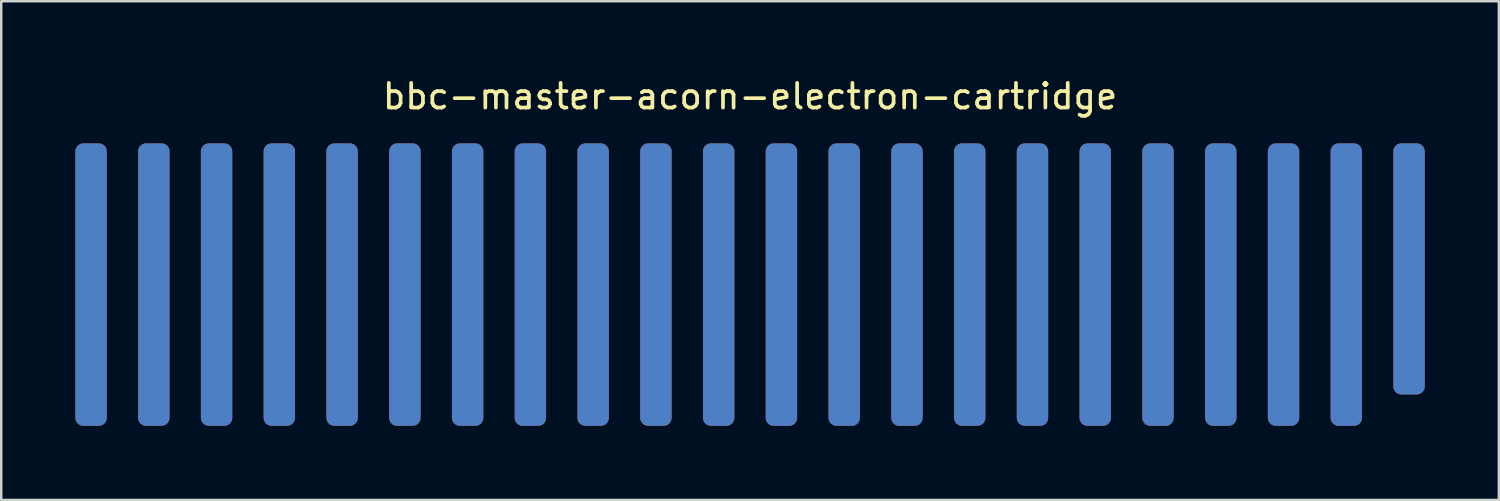
<source format=kicad_pcb>
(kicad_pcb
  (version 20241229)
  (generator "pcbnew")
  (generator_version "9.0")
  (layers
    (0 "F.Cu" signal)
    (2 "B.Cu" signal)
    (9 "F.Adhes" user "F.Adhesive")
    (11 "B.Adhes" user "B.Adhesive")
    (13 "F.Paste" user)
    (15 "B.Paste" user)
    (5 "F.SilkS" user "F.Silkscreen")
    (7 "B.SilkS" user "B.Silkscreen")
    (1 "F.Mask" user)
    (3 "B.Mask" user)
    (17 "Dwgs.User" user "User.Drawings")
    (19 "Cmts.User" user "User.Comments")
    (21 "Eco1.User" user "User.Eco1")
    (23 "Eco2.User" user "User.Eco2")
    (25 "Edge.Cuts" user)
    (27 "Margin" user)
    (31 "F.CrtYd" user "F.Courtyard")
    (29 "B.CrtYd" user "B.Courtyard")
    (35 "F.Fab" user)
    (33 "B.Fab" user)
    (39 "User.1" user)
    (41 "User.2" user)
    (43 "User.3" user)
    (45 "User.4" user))
  (footprint "bbc-master-acorn-electron-cartridge"
    (layer "F.Cu")
    (at 27.305 2.436)
    (property "Reference" "bbc-master-acorn-electron-cartridge" (at 0 -1.587 0) (layer "F.SilkS") (effects (font (size 1 1) (thickness 0.15))))
    (attr through_hole)
    (pad "a1" connect roundrect (at 26.67 5.397) (size 1.27 10.16) (layers "B.Cu" "B.Mask") (roundrect_rratio 0.25))
    (pad "a2" connect roundrect (at 24.13 6.032) (size 1.27 11.43) (layers "B.Cu" "B.Mask") (roundrect_rratio 0.25))
    (pad "a3" connect roundrect (at 21.59 6.032) (size 1.27 11.43) (layers "B.Cu" "B.Mask") (roundrect_rratio 0.25))
    (pad "a4" connect roundrect (at 19.05 6.032) (size 1.27 11.43) (layers "B.Cu" "B.Mask") (roundrect_rratio 0.25))
    (pad "a5" connect roundrect (at 16.51 6.032) (size 1.27 11.43) (layers "B.Cu" "B.Mask") (roundrect_rratio 0.25))
    (pad "a6" connect roundrect (at 13.97 6.032) (size 1.27 11.43) (layers "B.Cu" "B.Mask") (roundrect_rratio 0.25))
    (pad "a7" connect roundrect (at 11.43 6.032) (size 1.27 11.43) (layers "B.Cu" "B.Mask") (roundrect_rratio 0.25))
    (pad "a8" connect roundrect (at 8.89 6.032) (size 1.27 11.43) (layers "B.Cu" "B.Mask") (roundrect_rratio 0.25))
    (pad "a9" connect roundrect (at 6.35 6.032) (size 1.27 11.43) (layers "B.Cu" "B.Mask") (roundrect_rratio 0.25))
    (pad "a10" connect roundrect (at 3.81 6.032) (size 1.27 11.43) (layers "B.Cu" "B.Mask") (roundrect_rratio 0.25))
    (pad "a11" connect roundrect (at 1.27 6.032) (size 1.27 11.43) (layers "B.Cu" "B.Mask") (roundrect_rratio 0.25))
    (pad "a12" connect roundrect (at -1.27 6.032) (size 1.27 11.43) (layers "B.Cu" "B.Mask") (roundrect_rratio 0.25))
    (pad "a13" connect roundrect (at -3.81 6.032) (size 1.27 11.43) (layers "B.Cu" "B.Mask") (roundrect_rratio 0.25))
    (pad "a14" connect roundrect (at -6.35 6.032) (size 1.27 11.43) (layers "B.Cu" "B.Mask") (roundrect_rratio 0.25))
    (pad "a15" connect roundrect (at -8.89 6.032) (size 1.27 11.43) (layers "B.Cu" "B.Mask") (roundrect_rratio 0.25))
    (pad "a16" connect roundrect (at -11.43 6.032) (size 1.27 11.43) (layers "B.Cu" "B.Mask") (roundrect_rratio 0.25))
    (pad "a17" connect roundrect (at -13.97 6.032) (size 1.27 11.43) (layers "B.Cu" "B.Mask") (roundrect_rratio 0.25))
    (pad "a18" connect roundrect (at -16.51 6.032) (size 1.27 11.43) (layers "B.Cu" "B.Mask") (roundrect_rratio 0.25))
    (pad "a19" connect roundrect (at -19.05 6.032) (size 1.27 11.43) (layers "B.Cu" "B.Mask") (roundrect_rratio 0.25))
    (pad "a20" connect roundrect (at -21.59 6.032) (size 1.27 11.43) (layers "B.Cu" "B.Mask") (roundrect_rratio 0.25))
    (pad "a21" connect roundrect (at -24.13 6.032) (size 1.27 11.43) (layers "B.Cu" "B.Mask") (roundrect_rratio 0.25))
    (pad "a22" connect roundrect (at -26.67 6.032) (size 1.27 11.43) (layers "B.Cu" "B.Mask") (roundrect_rratio 0.25))
    (pad "b1" connect roundrect (at 26.67 5.397) (size 1.27 10.16) (layers "F.Cu" "F.Mask") (roundrect_rratio 0.25))
    (pad "b2" connect roundrect (at 24.13 6.032) (size 1.27 11.43) (layers "F.Cu" "F.Mask") (roundrect_rratio 0.25))
    (pad "b3" connect roundrect (at 21.59 6.032) (size 1.27 11.43) (layers "F.Cu" "F.Mask") (roundrect_rratio 0.25))
    (pad "b4" connect roundrect (at 19.05 6.032) (size 1.27 11.43) (layers "F.Cu" "F.Mask") (roundrect_rratio 0.25))
    (pad "b5" connect roundrect (at 16.51 6.032) (size 1.27 11.43) (layers "F.Cu" "F.Mask") (roundrect_rratio 0.25))
    (pad "b6" connect roundrect (at 13.97 6.032) (size 1.27 11.43) (layers "F.Cu" "F.Mask") (roundrect_rratio 0.25))
    (pad "b7" connect roundrect (at 11.43 6.032) (size 1.27 11.43) (layers "F.Cu" "F.Mask") (roundrect_rratio 0.25))
    (pad "b8" connect roundrect (at 8.89 6.032) (size 1.27 11.43) (layers "F.Cu" "F.Mask") (roundrect_rratio 0.25))
    (pad "b9" connect roundrect (at 6.35 6.032) (size 1.27 11.43) (layers "F.Cu" "F.Mask") (roundrect_rratio 0.25))
    (pad "b10" connect roundrect (at 3.81 6.032) (size 1.27 11.43) (layers "F.Cu" "F.Mask") (roundrect_rratio 0.25))
    (pad "b11" connect roundrect (at 1.27 6.032) (size 1.27 11.43) (layers "F.Cu" "F.Mask") (roundrect_rratio 0.25))
    (pad "b12" connect roundrect (at -1.27 6.032) (size 1.27 11.43) (layers "F.Cu" "F.Mask") (roundrect_rratio 0.25))
    (pad "b13" connect roundrect (at -3.81 6.032) (size 1.27 11.43) (layers "F.Cu" "F.Mask") (roundrect_rratio 0.25))
    (pad "b14" connect roundrect (at -6.35 6.032) (size 1.27 11.43) (layers "F.Cu" "F.Mask") (roundrect_rratio 0.25))
    (pad "b15" connect roundrect (at -8.89 6.032) (size 1.27 11.43) (layers "F.Cu" "F.Mask") (roundrect_rratio 0.25))
    (pad "b16" connect roundrect (at -11.43 6.032) (size 1.27 11.43) (layers "F.Cu" "F.Mask") (roundrect_rratio 0.25))
    (pad "b17" connect roundrect (at -13.97 6.032) (size 1.27 11.43) (layers "F.Cu" "F.Mask") (roundrect_rratio 0.25))
    (pad "b18" connect roundrect (at -16.51 6.032) (size 1.27 11.43) (layers "F.Cu" "F.Mask") (roundrect_rratio 0.25))
    (pad "b19" connect roundrect (at -19.05 6.032) (size 1.27 11.43) (layers "F.Cu" "F.Mask") (roundrect_rratio 0.25))
    (pad "b20" connect roundrect (at -21.59 6.032) (size 1.27 11.43) (layers "F.Cu" "F.Mask") (roundrect_rratio 0.25))
    (pad "b21" connect roundrect (at -24.13 6.032) (size 1.27 11.43) (layers "F.Cu" "F.Mask") (roundrect_rratio 0.25))
    (pad "b22" connect roundrect (at -26.67 6.032) (size 1.27 11.43) (layers "F.Cu" "F.Mask") (roundrect_rratio 0.25)))
  (gr_rect
    (start -3 -3)
    (end 57.61 17.183)
    (stroke (width 0.1) (type default))
    (fill no)
    (layer "Edge.Cuts")))
</source>
